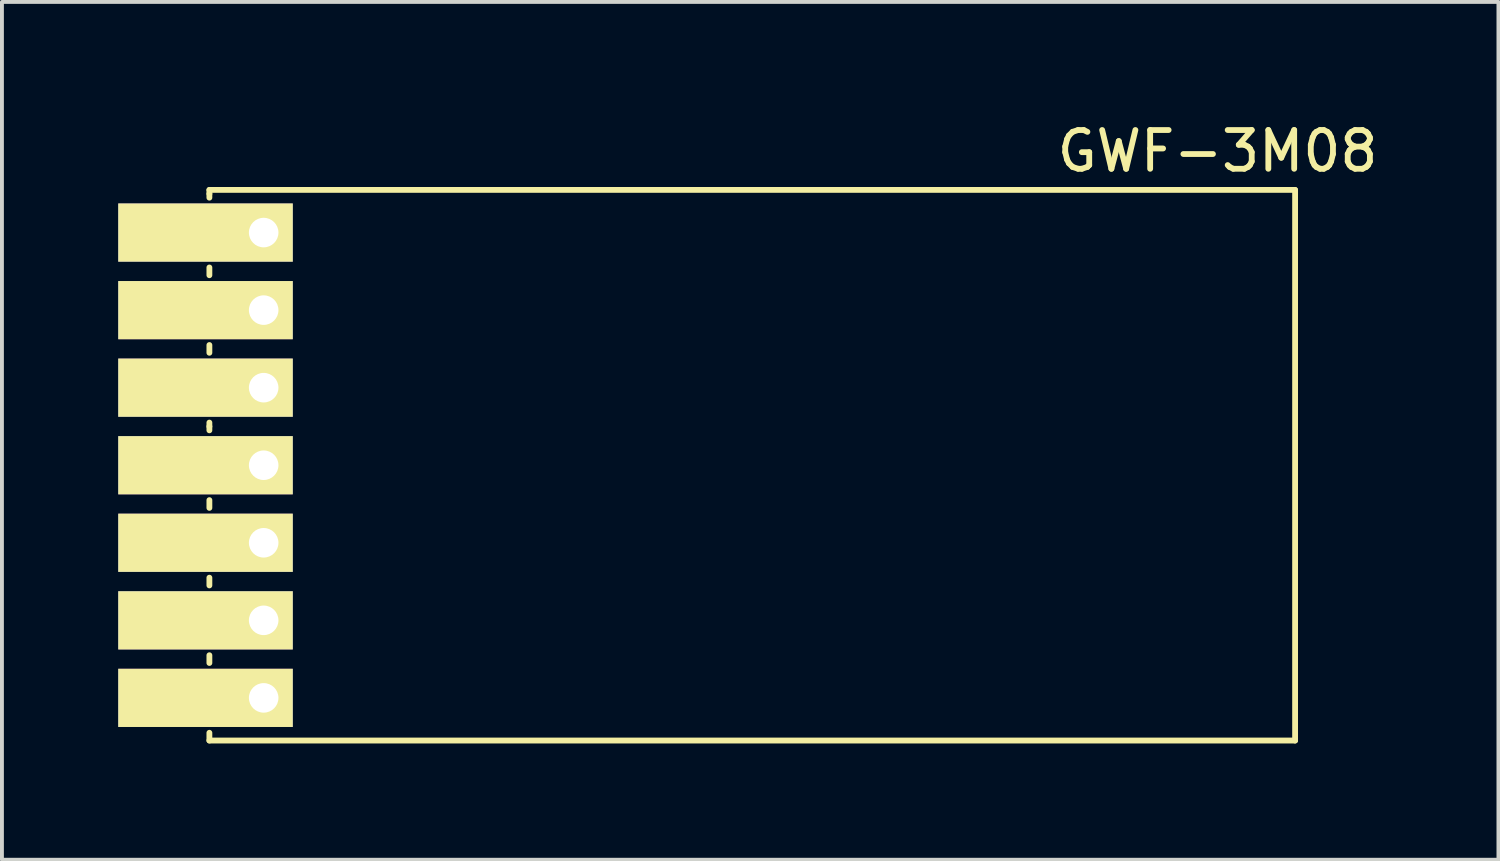
<source format=kicad_pcb>
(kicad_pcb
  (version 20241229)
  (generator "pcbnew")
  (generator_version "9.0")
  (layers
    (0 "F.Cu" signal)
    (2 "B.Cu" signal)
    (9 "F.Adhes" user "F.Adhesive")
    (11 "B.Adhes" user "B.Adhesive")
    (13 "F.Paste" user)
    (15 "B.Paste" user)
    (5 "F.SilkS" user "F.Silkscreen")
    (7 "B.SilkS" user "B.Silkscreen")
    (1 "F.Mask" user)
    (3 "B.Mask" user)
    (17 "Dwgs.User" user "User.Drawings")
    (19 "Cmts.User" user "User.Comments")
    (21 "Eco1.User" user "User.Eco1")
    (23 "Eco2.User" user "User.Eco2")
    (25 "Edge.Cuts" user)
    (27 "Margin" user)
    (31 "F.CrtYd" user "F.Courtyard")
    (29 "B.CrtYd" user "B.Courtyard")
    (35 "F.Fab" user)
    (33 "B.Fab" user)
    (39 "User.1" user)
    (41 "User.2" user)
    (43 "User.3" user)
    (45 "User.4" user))
  (footprint "GWF-3M08"
    (layer "F.Cu")
    (at 2.35 1.848)
    (property "Reference" "GWF-3M08" (at 26 -1 0) (layer "F.SilkS") (effects (font (size 1 1) (thickness 0.15))))
    (attr through_hole)
    (fp_line (start 0 0) (end 0 0.1) (stroke (width 0.15) (type solid)) (layer "F.SilkS"))
    (fp_line (start 0 0) (end 28 0) (stroke (width 0.15) (type solid)) (layer "F.SilkS"))
    (fp_line (start 0 0.1) (end 0 0.2) (stroke (width 0.15) (type solid)) (layer "F.SilkS"))
    (fp_line (start 0 2) (end 0 2.2) (stroke (width 0.15) (type solid)) (layer "F.SilkS"))
    (fp_line (start 0 4) (end 0 4.2) (stroke (width 0.15) (type solid)) (layer "F.SilkS"))
    (fp_line (start 0 6) (end 0 6.1) (stroke (width 0.15) (type solid)) (layer "F.SilkS"))
    (fp_line (start 0 6.1) (end 0 6.2) (stroke (width 0.15) (type solid)) (layer "F.SilkS"))
    (fp_line (start 0 8) (end 0 8.2) (stroke (width 0.15) (type solid)) (layer "F.SilkS"))
    (fp_line (start 0 10) (end 0 10.2) (stroke (width 0.15) (type solid)) (layer "F.SilkS"))
    (fp_line (start 0 12) (end 0 12.2) (stroke (width 0.15) (type solid)) (layer "F.SilkS"))
    (fp_line (start 0 14) (end 0 14.2) (stroke (width 0.15) (type solid)) (layer "F.SilkS"))
    (fp_line (start 28 0) (end 28 14.2) (stroke (width 0.15) (type solid)) (layer "F.SilkS"))
    (fp_line (start 28 14.2) (end 0 14.2) (stroke (width 0.15) (type solid)) (layer "F.SilkS"))
    (pad "1" thru_hole rect (at 1.4 1.1) (size 4.5 1.5) (drill 0.762 (offset -1.5 0)) (layers "*.Cu" "*.Mask" "F.SilkS"))
    (pad "2" thru_hole rect (at 1.4 3.1) (size 4.5 1.5) (drill 0.762 (offset -1.5 0)) (layers "*.Cu" "*.Mask" "F.SilkS"))
    (pad "3" thru_hole rect (at 1.4 5.1) (size 4.5 1.5) (drill 0.762 (offset -1.5 0)) (layers "*.Cu" "*.Mask" "F.SilkS"))
    (pad "4" thru_hole rect (at 1.4 7.1) (size 4.5 1.5) (drill 0.762 (offset -1.5 0)) (layers "*.Cu" "*.Mask" "F.SilkS"))
    (pad "5" thru_hole rect (at 1.4 9.1) (size 4.5 1.5) (drill 0.762 (offset -1.5 0)) (layers "*.Cu" "*.Mask" "F.SilkS"))
    (pad "6" thru_hole rect (at 1.4 11.1) (size 4.5 1.5) (drill 0.762 (offset -1.5 0)) (layers "*.Cu" "*.Mask" "F.SilkS"))
    (pad "7" thru_hole rect (at 1.4 13.1) (size 4.5 1.5) (drill 0.762 (offset -1.5 0)) (layers "*.Cu" "*.Mask" "F.SilkS")))
  (gr_rect
    (start -3 -3)
    (end 35.594 19.123)
    (stroke (width 0.1) (type default))
    (fill no)
    (layer "Edge.Cuts")))
</source>
